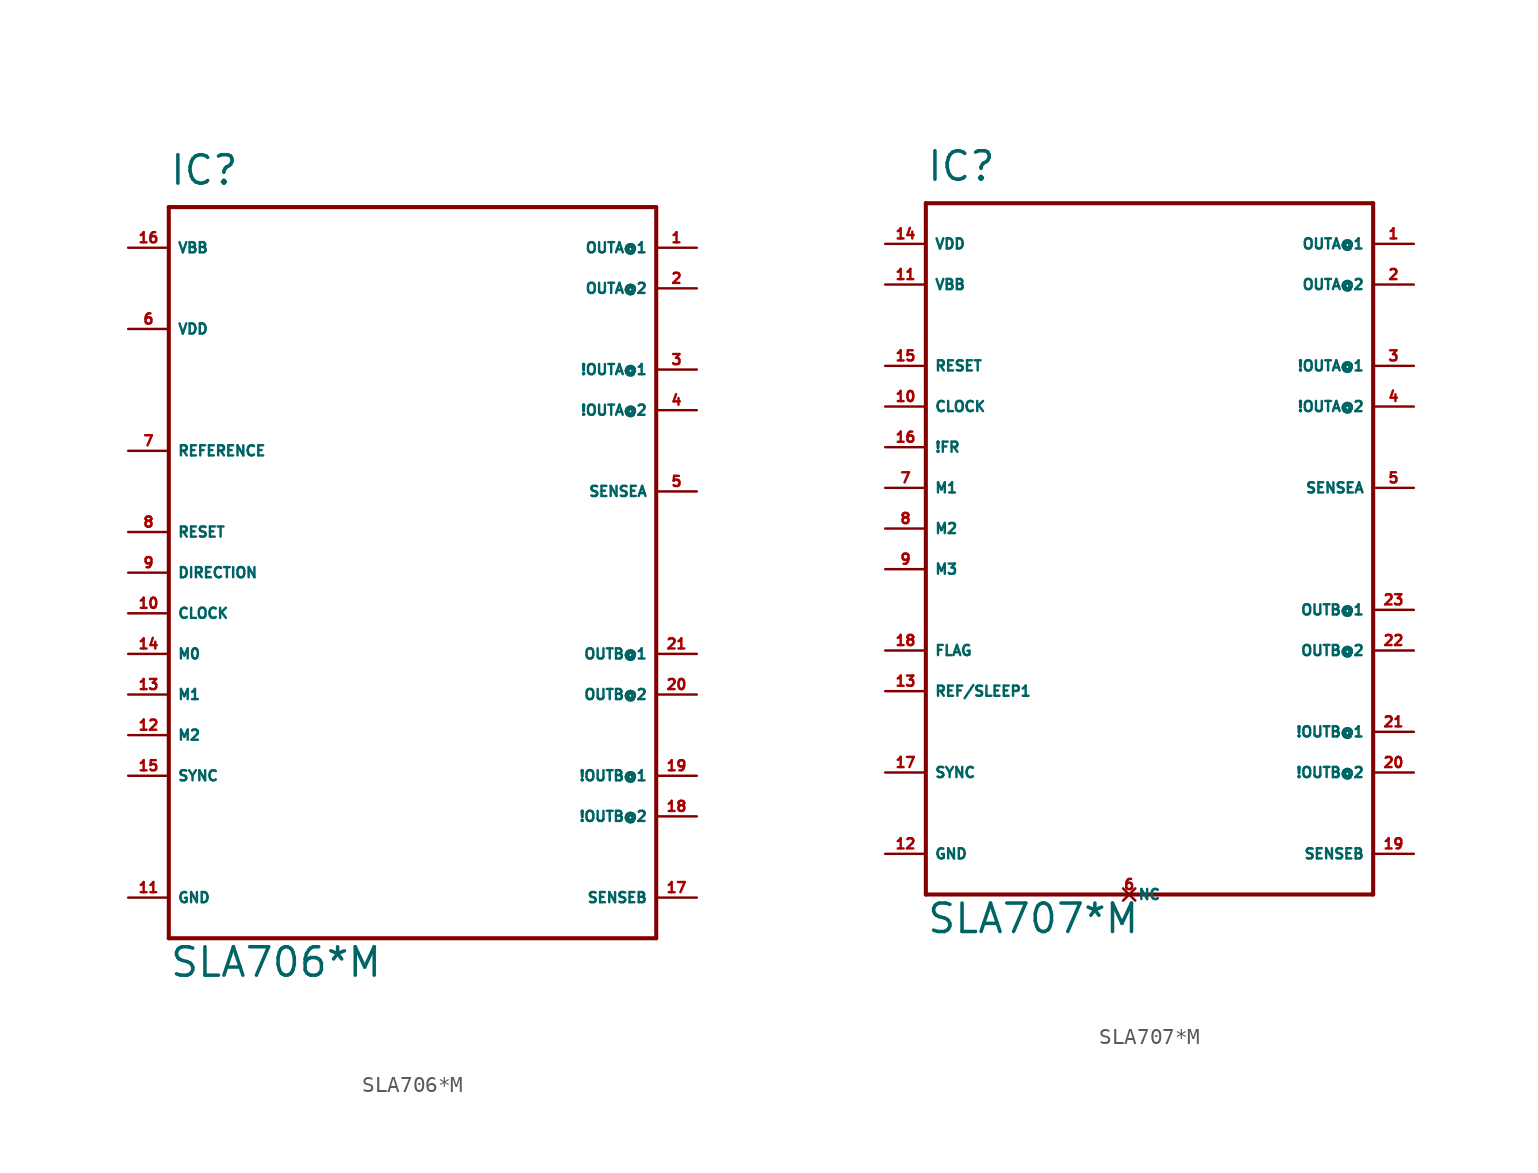
<source format=kicad_sym>
(kicad_symbol_lib
  (version 20220914)
  (generator Eagle2Kicad)
  (symbol "SLA706*M"
    (property "Reference" "IC"
      (at -15.24 24.13 0)
      (effects (font (size 1.778 1.778) (thickness 0.22)) (justify left bottom)))
    (property "Value" "SLA706*M"
      (at -15.24 -25.4 0)
      (effects (font (size 1.778 1.778) (thickness 0.22)) (justify left bottom)))
    (polyline
      (pts (xy -15.24 22.86) (xy 15.24 22.86))
      (stroke (width 0.254) (type default))
      (fill (type none)))
    (polyline
      (pts (xy 15.24 22.86) (xy 15.24 -22.86))
      (stroke (width 0.254) (type default))
      (fill (type none)))
    (polyline
      (pts (xy 15.24 -22.86) (xy -15.24 -22.86))
      (stroke (width 0.254) (type default))
      (fill (type none)))
    (polyline
      (pts (xy -15.24 -22.86) (xy -15.24 22.86))
      (stroke (width 0.254) (type default))
      (fill (type none)))
    (pin output line
      (at 17.78 20.32 180)
      (length 2.54)
      (name "OUTA@1" (effects (font (size 0.635 0.635) (thickness 0.08)) (justify left bottom)))
      (number "1" (effects (font (size 0.635 0.635) (thickness 0.08)) (justify left bottom))))
    (pin passive line
      (at 17.78 17.78 180)
      (length 2.54)
      (name "OUTA@2" (effects (font (size 0.635 0.635) (thickness 0.08)) (justify left bottom)))
      (number "2" (effects (font (size 0.635 0.635) (thickness 0.08)) (justify left bottom))))
    (pin output line
      (at 17.78 12.7 180)
      (length 2.54)
      (name "!OUTA@1" (effects (font (size 0.635 0.635) (thickness 0.08)) (justify left bottom)))
      (number "3" (effects (font (size 0.635 0.635) (thickness 0.08)) (justify left bottom))))
    (pin passive line
      (at 17.78 10.16 180)
      (length 2.54)
      (name "!OUTA@2" (effects (font (size 0.635 0.635) (thickness 0.08)) (justify left bottom)))
      (number "4" (effects (font (size 0.635 0.635) (thickness 0.08)) (justify left bottom))))
    (pin output line
      (at 17.78 -5.08 180)
      (length 2.54)
      (name "OUTB@1" (effects (font (size 0.635 0.635) (thickness 0.08)) (justify left bottom)))
      (number "21" (effects (font (size 0.635 0.635) (thickness 0.08)) (justify left bottom))))
    (pin passive line
      (at 17.78 -7.62 180)
      (length 2.54)
      (name "OUTB@2" (effects (font (size 0.635 0.635) (thickness 0.08)) (justify left bottom)))
      (number "20" (effects (font (size 0.635 0.635) (thickness 0.08)) (justify left bottom))))
    (pin output line
      (at 17.78 -12.7 180)
      (length 2.54)
      (name "!OUTB@1" (effects (font (size 0.635 0.635) (thickness 0.08)) (justify left bottom)))
      (number "19" (effects (font (size 0.635 0.635) (thickness 0.08)) (justify left bottom))))
    (pin passive line
      (at 17.78 -15.24 180)
      (length 2.54)
      (name "!OUTB@2" (effects (font (size 0.635 0.635) (thickness 0.08)) (justify left bottom)))
      (number "18" (effects (font (size 0.635 0.635) (thickness 0.08)) (justify left bottom))))
    (pin input line
      (at 17.78 5.08 180)
      (length 2.54)
      (name "SENSEA" (effects (font (size 0.635 0.635) (thickness 0.08)) (justify left bottom)))
      (number "5" (effects (font (size 0.635 0.635) (thickness 0.08)) (justify left bottom))))
    (pin input line
      (at 17.78 -20.32 180)
      (length 2.54)
      (name "SENSEB" (effects (font (size 0.635 0.635) (thickness 0.08)) (justify left bottom)))
      (number "17" (effects (font (size 0.635 0.635) (thickness 0.08)) (justify left bottom))))
    (pin input line
      (at -17.78 7.62 0)
      (length 2.54)
      (name "REFERENCE" (effects (font (size 0.635 0.635) (thickness 0.08)) (justify left bottom)))
      (number "7" (effects (font (size 0.635 0.635) (thickness 0.08)) (justify left bottom))))
    (pin input line
      (at -17.78 2.54 0)
      (length 2.54)
      (name "RESET" (effects (font (size 0.635 0.635) (thickness 0.08)) (justify left bottom)))
      (number "8" (effects (font (size 0.635 0.635) (thickness 0.08)) (justify left bottom))))
    (pin input line
      (at -17.78 0 0)
      (length 2.54)
      (name "DIRECTION" (effects (font (size 0.635 0.635) (thickness 0.08)) (justify left bottom)))
      (number "9" (effects (font (size 0.635 0.635) (thickness 0.08)) (justify left bottom))))
    (pin input line
      (at -17.78 -2.54 0)
      (length 2.54)
      (name "CLOCK" (effects (font (size 0.635 0.635) (thickness 0.08)) (justify left bottom)))
      (number "10" (effects (font (size 0.635 0.635) (thickness 0.08)) (justify left bottom))))
    (pin input line
      (at -17.78 -5.08 0)
      (length 2.54)
      (name "M0" (effects (font (size 0.635 0.635) (thickness 0.08)) (justify left bottom)))
      (number "14" (effects (font (size 0.635 0.635) (thickness 0.08)) (justify left bottom))))
    (pin input line
      (at -17.78 -7.62 0)
      (length 2.54)
      (name "M1" (effects (font (size 0.635 0.635) (thickness 0.08)) (justify left bottom)))
      (number "13" (effects (font (size 0.635 0.635) (thickness 0.08)) (justify left bottom))))
    (pin input line
      (at -17.78 -10.16 0)
      (length 2.54)
      (name "M2" (effects (font (size 0.635 0.635) (thickness 0.08)) (justify left bottom)))
      (number "12" (effects (font (size 0.635 0.635) (thickness 0.08)) (justify left bottom))))
    (pin input line
      (at -17.78 -12.7 0)
      (length 2.54)
      (name "SYNC" (effects (font (size 0.635 0.635) (thickness 0.08)) (justify left bottom)))
      (number "15" (effects (font (size 0.635 0.635) (thickness 0.08)) (justify left bottom))))
    (pin unspecified line
      (at -17.78 20.32 0)
      (length 2.54)
      (name "VBB" (effects (font (size 0.635 0.635) (thickness 0.08)) (justify left bottom)))
      (number "16" (effects (font (size 0.635 0.635) (thickness 0.08)) (justify left bottom))))
    (pin unspecified line
      (at -17.78 15.24 0)
      (length 2.54)
      (name "VDD" (effects (font (size 0.635 0.635) (thickness 0.08)) (justify left bottom)))
      (number "6" (effects (font (size 0.635 0.635) (thickness 0.08)) (justify left bottom))))
    (pin unspecified line
      (at -17.78 -20.32 0)
      (length 2.54)
      (name "GND" (effects (font (size 0.635 0.635) (thickness 0.08)) (justify left bottom)))
      (number "11" (effects (font (size 0.635 0.635) (thickness 0.08)) (justify left bottom)))))
  (symbol "SLA707*M"
    (property "Reference" "IC"
      (at -15.24 21.59 0)
      (effects (font (size 1.778 1.778) (thickness 0.22)) (justify left bottom)))
    (property "Value" "SLA707*M"
      (at -15.24 -25.4 0)
      (effects (font (size 1.778 1.778) (thickness 0.22)) (justify left bottom)))
    (polyline
      (pts (xy -15.24 20.32) (xy 12.7 20.32))
      (stroke (width 0.254) (type default))
      (fill (type none)))
    (polyline
      (pts (xy 12.7 20.32) (xy 12.7 -22.86))
      (stroke (width 0.254) (type default))
      (fill (type none)))
    (polyline
      (pts (xy 12.7 -22.86) (xy -15.24 -22.86))
      (stroke (width 0.254) (type default))
      (fill (type none)))
    (polyline
      (pts (xy -15.24 -22.86) (xy -15.24 20.32))
      (stroke (width 0.254) (type default))
      (fill (type none)))
    (pin output line
      (at 15.24 17.78 180)
      (length 2.54)
      (name "OUTA@1" (effects (font (size 0.635 0.635) (thickness 0.08)) (justify left bottom)))
      (number "1" (effects (font (size 0.635 0.635) (thickness 0.08)) (justify left bottom))))
    (pin output line
      (at 15.24 15.24 180)
      (length 2.54)
      (name "OUTA@2" (effects (font (size 0.635 0.635) (thickness 0.08)) (justify left bottom)))
      (number "2" (effects (font (size 0.635 0.635) (thickness 0.08)) (justify left bottom))))
    (pin output line
      (at 15.24 10.16 180)
      (length 2.54)
      (name "!OUTA@1" (effects (font (size 0.635 0.635) (thickness 0.08)) (justify left bottom)))
      (number "3" (effects (font (size 0.635 0.635) (thickness 0.08)) (justify left bottom))))
    (pin output line
      (at 15.24 7.62 180)
      (length 2.54)
      (name "!OUTA@2" (effects (font (size 0.635 0.635) (thickness 0.08)) (justify left bottom)))
      (number "4" (effects (font (size 0.635 0.635) (thickness 0.08)) (justify left bottom))))
    (pin output line
      (at 15.24 -5.08 180)
      (length 2.54)
      (name "OUTB@1" (effects (font (size 0.635 0.635) (thickness 0.08)) (justify left bottom)))
      (number "23" (effects (font (size 0.635 0.635) (thickness 0.08)) (justify left bottom))))
    (pin output line
      (at 15.24 -7.62 180)
      (length 2.54)
      (name "OUTB@2" (effects (font (size 0.635 0.635) (thickness 0.08)) (justify left bottom)))
      (number "22" (effects (font (size 0.635 0.635) (thickness 0.08)) (justify left bottom))))
    (pin output line
      (at 15.24 -12.7 180)
      (length 2.54)
      (name "!OUTB@1" (effects (font (size 0.635 0.635) (thickness 0.08)) (justify left bottom)))
      (number "21" (effects (font (size 0.635 0.635) (thickness 0.08)) (justify left bottom))))
    (pin output line
      (at 15.24 -15.24 180)
      (length 2.54)
      (name "!OUTB@2" (effects (font (size 0.635 0.635) (thickness 0.08)) (justify left bottom)))
      (number "20" (effects (font (size 0.635 0.635) (thickness 0.08)) (justify left bottom))))
    (pin input line
      (at 15.24 2.54 180)
      (length 2.54)
      (name "SENSEA" (effects (font (size 0.635 0.635) (thickness 0.08)) (justify left bottom)))
      (number "5" (effects (font (size 0.635 0.635) (thickness 0.08)) (justify left bottom))))
    (pin input line
      (at 15.24 -20.32 180)
      (length 2.54)
      (name "SENSEB" (effects (font (size 0.635 0.635) (thickness 0.08)) (justify left bottom)))
      (number "19" (effects (font (size 0.635 0.635) (thickness 0.08)) (justify left bottom))))
    (pin unspecified line
      (at -17.78 17.78 0)
      (length 2.54)
      (name "VDD" (effects (font (size 0.635 0.635) (thickness 0.08)) (justify left bottom)))
      (number "14" (effects (font (size 0.635 0.635) (thickness 0.08)) (justify left bottom))))
    (pin unspecified line
      (at -17.78 15.24 0)
      (length 2.54)
      (name "VBB" (effects (font (size 0.635 0.635) (thickness 0.08)) (justify left bottom)))
      (number "11" (effects (font (size 0.635 0.635) (thickness 0.08)) (justify left bottom))))
    (pin unspecified line
      (at -17.78 -20.32 0)
      (length 2.54)
      (name "GND" (effects (font (size 0.635 0.635) (thickness 0.08)) (justify left bottom)))
      (number "12" (effects (font (size 0.635 0.635) (thickness 0.08)) (justify left bottom))))
    (pin unspecified line
      (at -17.78 -10.16 0)
      (length 2.54)
      (name "REF/SLEEP1" (effects (font (size 0.635 0.635) (thickness 0.08)) (justify left bottom)))
      (number "13" (effects (font (size 0.635 0.635) (thickness 0.08)) (justify left bottom))))
    (pin input line
      (at -17.78 10.16 0)
      (length 2.54)
      (name "RESET" (effects (font (size 0.635 0.635) (thickness 0.08)) (justify left bottom)))
      (number "15" (effects (font (size 0.635 0.635) (thickness 0.08)) (justify left bottom))))
    (pin input line
      (at -17.78 7.62 0)
      (length 2.54)
      (name "CLOCK" (effects (font (size 0.635 0.635) (thickness 0.08)) (justify left bottom)))
      (number "10" (effects (font (size 0.635 0.635) (thickness 0.08)) (justify left bottom))))
    (pin input line
      (at -17.78 5.08 0)
      (length 2.54)
      (name "!FR" (effects (font (size 0.635 0.635) (thickness 0.08)) (justify left bottom)))
      (number "16" (effects (font (size 0.635 0.635) (thickness 0.08)) (justify left bottom))))
    (pin input line
      (at -17.78 2.54 0)
      (length 2.54)
      (name "M1" (effects (font (size 0.635 0.635) (thickness 0.08)) (justify left bottom)))
      (number "7" (effects (font (size 0.635 0.635) (thickness 0.08)) (justify left bottom))))
    (pin input line
      (at -17.78 0 0)
      (length 2.54)
      (name "M2" (effects (font (size 0.635 0.635) (thickness 0.08)) (justify left bottom)))
      (number "8" (effects (font (size 0.635 0.635) (thickness 0.08)) (justify left bottom))))
    (pin input line
      (at -17.78 -2.54 0)
      (length 2.54)
      (name "M3" (effects (font (size 0.635 0.635) (thickness 0.08)) (justify left bottom)))
      (number "9" (effects (font (size 0.635 0.635) (thickness 0.08)) (justify left bottom))))
    (pin no_connect line
      (at -2.54 -22.86 0)
      (length 0)
      (name "NC" (effects (font (size 0.635 0.635) (thickness 0.08)) (justify left bottom) hide))
      (number "6" (effects (font (size 0.635 0.635) (thickness 0.08)) (justify left bottom) hide)))
    (pin input line
      (at -17.78 -7.62 0)
      (length 2.54)
      (name "FLAG" (effects (font (size 0.635 0.635) (thickness 0.08)) (justify left bottom)))
      (number "18" (effects (font (size 0.635 0.635) (thickness 0.08)) (justify left bottom))))
    (pin input line
      (at -17.78 -15.24 0)
      (length 2.54)
      (name "SYNC" (effects (font (size 0.635 0.635) (thickness 0.08)) (justify left bottom)))
      (number "17" (effects (font (size 0.635 0.635) (thickness 0.08)) (justify left bottom))))))
</source>
